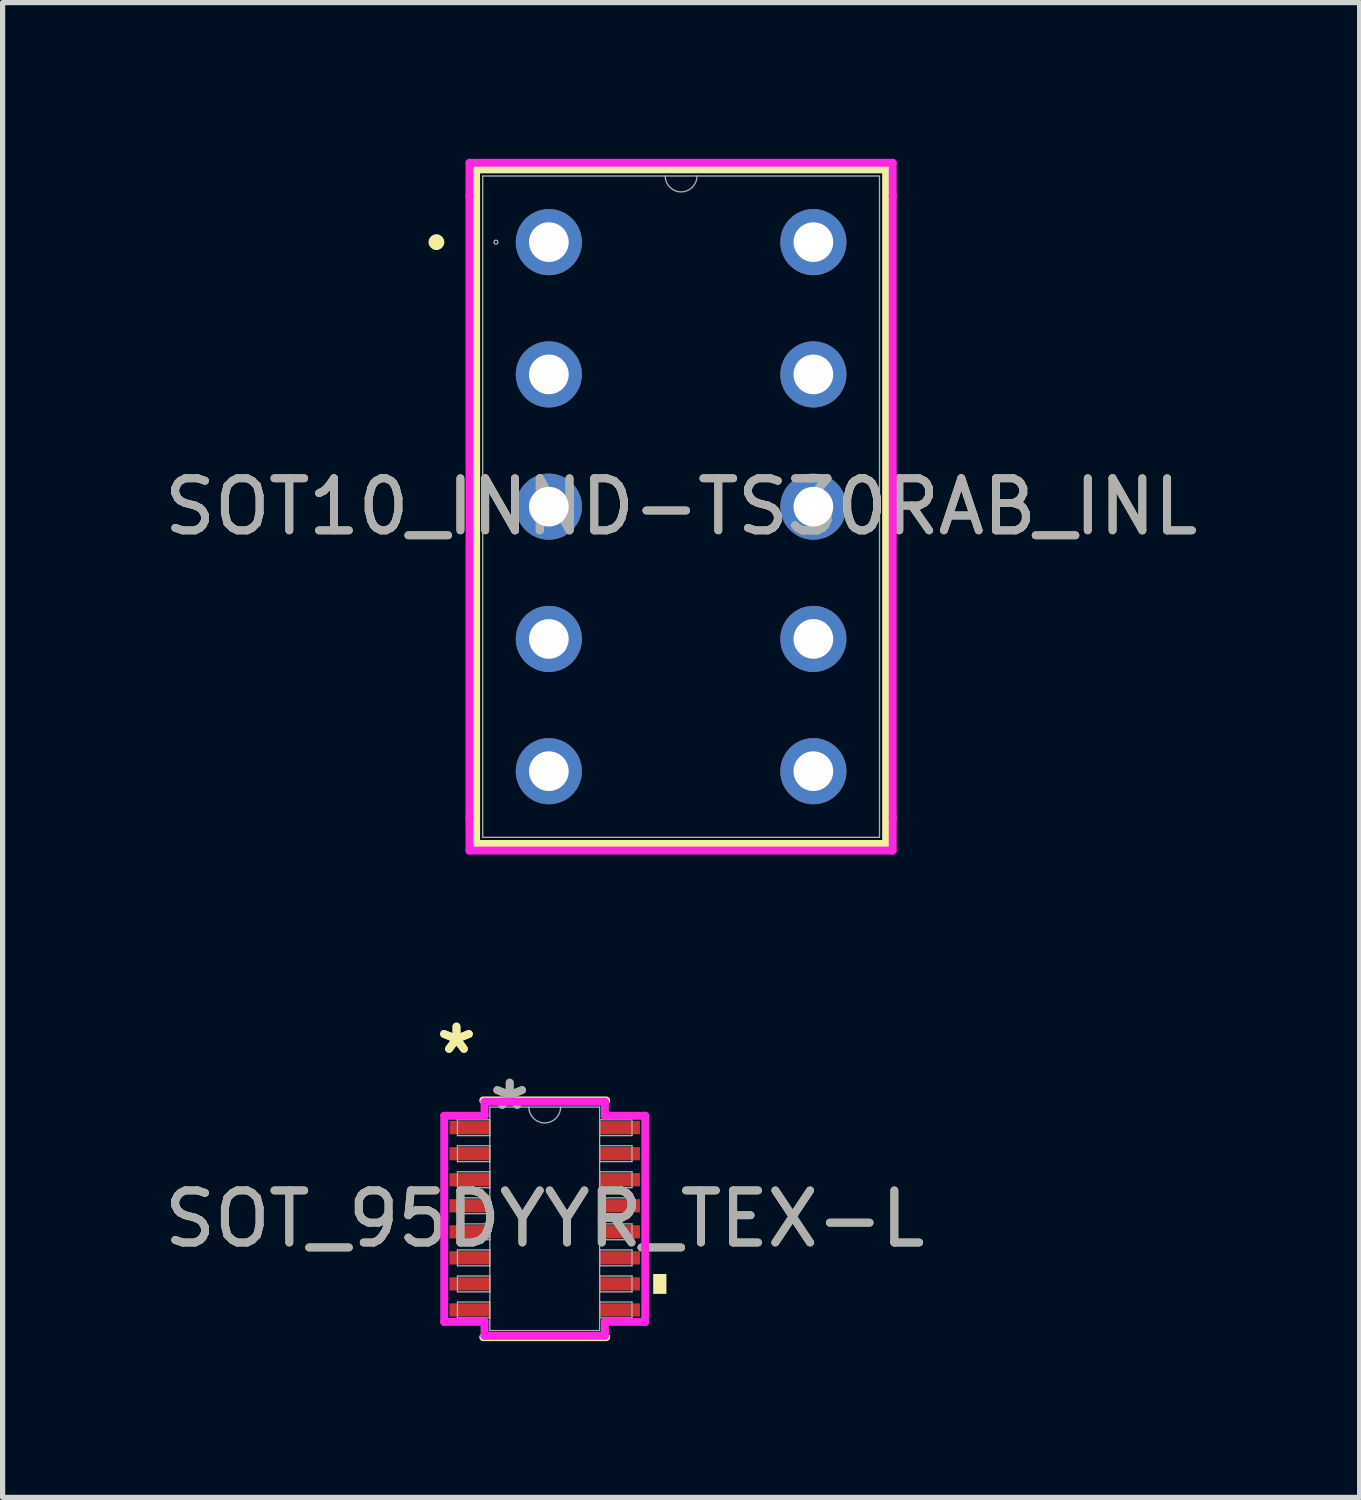
<source format=kicad_pcb>
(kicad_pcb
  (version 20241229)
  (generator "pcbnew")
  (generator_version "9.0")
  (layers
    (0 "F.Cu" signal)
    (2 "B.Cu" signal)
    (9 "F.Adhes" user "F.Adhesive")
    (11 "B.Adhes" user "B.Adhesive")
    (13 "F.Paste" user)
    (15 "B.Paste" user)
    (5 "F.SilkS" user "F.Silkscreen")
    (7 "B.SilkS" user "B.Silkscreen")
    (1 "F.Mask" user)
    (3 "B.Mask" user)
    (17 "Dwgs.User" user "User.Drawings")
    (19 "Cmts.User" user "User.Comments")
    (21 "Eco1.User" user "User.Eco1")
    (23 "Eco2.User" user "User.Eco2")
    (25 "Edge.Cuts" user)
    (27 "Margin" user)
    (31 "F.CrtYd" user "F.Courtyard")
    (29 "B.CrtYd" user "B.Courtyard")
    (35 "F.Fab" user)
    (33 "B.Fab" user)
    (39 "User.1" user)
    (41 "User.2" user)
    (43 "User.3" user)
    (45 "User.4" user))
  (footprint "SOT_95DYYR_TEX-L"
    (layer "F.Cu")
    (at 7.411 20.356)
    (property "Reference" "SOT_95DYYR_TEX-L" (at 0 0 0) (unlocked yes) (layer "F.SilkS") (effects (font (size 1 1) (thickness 0.15))))
    (attr smd)
    (fp_line (start -1.181 2.273) (end 1.181 2.273) (stroke (width 0.152) (type solid)) (layer "F.SilkS"))
    (fp_line (start 1.181 -2.273) (end -1.181 -2.273) (stroke (width 0.152) (type solid)) (layer "F.SilkS"))
    (fp_poly (pts (xy 2.337 1.06) (xy 2.337 1.441) (xy 2.083 1.441) (xy 2.083 1.06)) (stroke (width 0) (type solid)) (fill yes) (layer "F.SilkS"))
    (fp_line (start -1.93 -1.979) (end -1.156 -1.979) (stroke (width 0.152) (type solid)) (layer "F.CrtYd"))
    (fp_line (start -1.93 1.979) (end -1.93 -1.979) (stroke (width 0.152) (type solid)) (layer "F.CrtYd"))
    (fp_line (start -1.93 1.979) (end -1.156 1.979) (stroke (width 0.152) (type solid)) (layer "F.CrtYd"))
    (fp_line (start -1.156 -2.248) (end 1.156 -2.248) (stroke (width 0.152) (type solid)) (layer "F.CrtYd"))
    (fp_line (start -1.156 -1.979) (end -1.156 -2.248) (stroke (width 0.152) (type solid)) (layer "F.CrtYd"))
    (fp_line (start -1.156 2.248) (end -1.156 1.979) (stroke (width 0.152) (type solid)) (layer "F.CrtYd"))
    (fp_line (start 1.156 -2.248) (end 1.156 -1.979) (stroke (width 0.152) (type solid)) (layer "F.CrtYd"))
    (fp_line (start 1.156 1.979) (end 1.156 2.248) (stroke (width 0.152) (type solid)) (layer "F.CrtYd"))
    (fp_line (start 1.156 2.248) (end -1.156 2.248) (stroke (width 0.152) (type solid)) (layer "F.CrtYd"))
    (fp_line (start 1.93 -1.979) (end 1.156 -1.979) (stroke (width 0.152) (type solid)) (layer "F.CrtYd"))
    (fp_line (start 1.93 -1.979) (end 1.93 1.979) (stroke (width 0.152) (type solid)) (layer "F.CrtYd"))
    (fp_line (start 1.93 1.979) (end 1.156 1.979) (stroke (width 0.152) (type solid)) (layer "F.CrtYd"))
    (fp_line (start -1.676 -1.903) (end -1.676 -1.598) (stroke (width 0.025) (type solid)) (layer "F.Fab"))
    (fp_line (start -1.676 -1.598) (end -1.054 -1.598) (stroke (width 0.025) (type solid)) (layer "F.Fab"))
    (fp_line (start -1.676 -1.403) (end -1.676 -1.098) (stroke (width 0.025) (type solid)) (layer "F.Fab"))
    (fp_line (start -1.676 -1.098) (end -1.054 -1.098) (stroke (width 0.025) (type solid)) (layer "F.Fab"))
    (fp_line (start -1.676 -0.903) (end -1.676 -0.598) (stroke (width 0.025) (type solid)) (layer "F.Fab"))
    (fp_line (start -1.676 -0.598) (end -1.054 -0.598) (stroke (width 0.025) (type solid)) (layer "F.Fab"))
    (fp_line (start -1.676 -0.402) (end -1.676 -0.098) (stroke (width 0.025) (type solid)) (layer "F.Fab"))
    (fp_line (start -1.676 -0.098) (end -1.054 -0.098) (stroke (width 0.025) (type solid)) (layer "F.Fab"))
    (fp_line (start -1.676 0.098) (end -1.676 0.402) (stroke (width 0.025) (type solid)) (layer "F.Fab"))
    (fp_line (start -1.676 0.402) (end -1.054 0.402) (stroke (width 0.025) (type solid)) (layer "F.Fab"))
    (fp_line (start -1.676 0.598) (end -1.676 0.903) (stroke (width 0.025) (type solid)) (layer "F.Fab"))
    (fp_line (start -1.676 0.903) (end -1.054 0.903) (stroke (width 0.025) (type solid)) (layer "F.Fab"))
    (fp_line (start -1.676 1.098) (end -1.676 1.403) (stroke (width 0.025) (type solid)) (layer "F.Fab"))
    (fp_line (start -1.676 1.403) (end -1.054 1.403) (stroke (width 0.025) (type solid)) (layer "F.Fab"))
    (fp_line (start -1.676 1.598) (end -1.676 1.903) (stroke (width 0.025) (type solid)) (layer "F.Fab"))
    (fp_line (start -1.676 1.903) (end -1.054 1.903) (stroke (width 0.025) (type solid)) (layer "F.Fab"))
    (fp_line (start -1.054 -2.146) (end -1.054 2.146) (stroke (width 0.025) (type solid)) (layer "F.Fab"))
    (fp_line (start -1.054 -1.903) (end -1.676 -1.903) (stroke (width 0.025) (type solid)) (layer "F.Fab"))
    (fp_line (start -1.054 -1.598) (end -1.054 -1.903) (stroke (width 0.025) (type solid)) (layer "F.Fab"))
    (fp_line (start -1.054 -1.403) (end -1.676 -1.403) (stroke (width 0.025) (type solid)) (layer "F.Fab"))
    (fp_line (start -1.054 -1.098) (end -1.054 -1.403) (stroke (width 0.025) (type solid)) (layer "F.Fab"))
    (fp_line (start -1.054 -0.903) (end -1.676 -0.903) (stroke (width 0.025) (type solid)) (layer "F.Fab"))
    (fp_line (start -1.054 -0.598) (end -1.054 -0.903) (stroke (width 0.025) (type solid)) (layer "F.Fab"))
    (fp_line (start -1.054 -0.402) (end -1.676 -0.402) (stroke (width 0.025) (type solid)) (layer "F.Fab"))
    (fp_line (start -1.054 -0.098) (end -1.054 -0.402) (stroke (width 0.025) (type solid)) (layer "F.Fab"))
    (fp_line (start -1.054 0.098) (end -1.676 0.098) (stroke (width 0.025) (type solid)) (layer "F.Fab"))
    (fp_line (start -1.054 0.402) (end -1.054 0.098) (stroke (width 0.025) (type solid)) (layer "F.Fab"))
    (fp_line (start -1.054 0.598) (end -1.676 0.598) (stroke (width 0.025) (type solid)) (layer "F.Fab"))
    (fp_line (start -1.054 0.903) (end -1.054 0.598) (stroke (width 0.025) (type solid)) (layer "F.Fab"))
    (fp_line (start -1.054 1.098) (end -1.676 1.098) (stroke (width 0.025) (type solid)) (layer "F.Fab"))
    (fp_line (start -1.054 1.403) (end -1.054 1.098) (stroke (width 0.025) (type solid)) (layer "F.Fab"))
    (fp_line (start -1.054 1.598) (end -1.676 1.598) (stroke (width 0.025) (type solid)) (layer "F.Fab"))
    (fp_line (start -1.054 1.903) (end -1.054 1.598) (stroke (width 0.025) (type solid)) (layer "F.Fab"))
    (fp_line (start -1.054 2.146) (end 1.054 2.146) (stroke (width 0.025) (type solid)) (layer "F.Fab"))
    (fp_line (start 1.054 -2.146) (end -1.054 -2.146) (stroke (width 0.025) (type solid)) (layer "F.Fab"))
    (fp_line (start 1.054 -1.903) (end 1.054 -1.598) (stroke (width 0.025) (type solid)) (layer "F.Fab"))
    (fp_line (start 1.054 -1.598) (end 1.676 -1.598) (stroke (width 0.025) (type solid)) (layer "F.Fab"))
    (fp_line (start 1.054 -1.403) (end 1.054 -1.098) (stroke (width 0.025) (type solid)) (layer "F.Fab"))
    (fp_line (start 1.054 -1.098) (end 1.676 -1.098) (stroke (width 0.025) (type solid)) (layer "F.Fab"))
    (fp_line (start 1.054 -0.903) (end 1.054 -0.598) (stroke (width 0.025) (type solid)) (layer "F.Fab"))
    (fp_line (start 1.054 -0.598) (end 1.676 -0.598) (stroke (width 0.025) (type solid)) (layer "F.Fab"))
    (fp_line (start 1.054 -0.402) (end 1.054 -0.098) (stroke (width 0.025) (type solid)) (layer "F.Fab"))
    (fp_line (start 1.054 -0.098) (end 1.676 -0.098) (stroke (width 0.025) (type solid)) (layer "F.Fab"))
    (fp_line (start 1.054 0.098) (end 1.054 0.402) (stroke (width 0.025) (type solid)) (layer "F.Fab"))
    (fp_line (start 1.054 0.402) (end 1.676 0.402) (stroke (width 0.025) (type solid)) (layer "F.Fab"))
    (fp_line (start 1.054 0.598) (end 1.054 0.903) (stroke (width 0.025) (type solid)) (layer "F.Fab"))
    (fp_line (start 1.054 0.903) (end 1.676 0.903) (stroke (width 0.025) (type solid)) (layer "F.Fab"))
    (fp_line (start 1.054 1.098) (end 1.054 1.403) (stroke (width 0.025) (type solid)) (layer "F.Fab"))
    (fp_line (start 1.054 1.403) (end 1.676 1.403) (stroke (width 0.025) (type solid)) (layer "F.Fab"))
    (fp_line (start 1.054 1.598) (end 1.054 1.903) (stroke (width 0.025) (type solid)) (layer "F.Fab"))
    (fp_line (start 1.054 1.903) (end 1.676 1.903) (stroke (width 0.025) (type solid)) (layer "F.Fab"))
    (fp_line (start 1.054 2.146) (end 1.054 -2.146) (stroke (width 0.025) (type solid)) (layer "F.Fab"))
    (fp_line (start 1.676 -1.903) (end 1.054 -1.903) (stroke (width 0.025) (type solid)) (layer "F.Fab"))
    (fp_line (start 1.676 -1.598) (end 1.676 -1.903) (stroke (width 0.025) (type solid)) (layer "F.Fab"))
    (fp_line (start 1.676 -1.403) (end 1.054 -1.403) (stroke (width 0.025) (type solid)) (layer "F.Fab"))
    (fp_line (start 1.676 -1.098) (end 1.676 -1.403) (stroke (width 0.025) (type solid)) (layer "F.Fab"))
    (fp_line (start 1.676 -0.903) (end 1.054 -0.903) (stroke (width 0.025) (type solid)) (layer "F.Fab"))
    (fp_line (start 1.676 -0.598) (end 1.676 -0.903) (stroke (width 0.025) (type solid)) (layer "F.Fab"))
    (fp_line (start 1.676 -0.402) (end 1.054 -0.402) (stroke (width 0.025) (type solid)) (layer "F.Fab"))
    (fp_line (start 1.676 -0.098) (end 1.676 -0.402) (stroke (width 0.025) (type solid)) (layer "F.Fab"))
    (fp_line (start 1.676 0.098) (end 1.054 0.098) (stroke (width 0.025) (type solid)) (layer "F.Fab"))
    (fp_line (start 1.676 0.402) (end 1.676 0.098) (stroke (width 0.025) (type solid)) (layer "F.Fab"))
    (fp_line (start 1.676 0.598) (end 1.054 0.598) (stroke (width 0.025) (type solid)) (layer "F.Fab"))
    (fp_line (start 1.676 0.903) (end 1.676 0.598) (stroke (width 0.025) (type solid)) (layer "F.Fab"))
    (fp_line (start 1.676 1.098) (end 1.054 1.098) (stroke (width 0.025) (type solid)) (layer "F.Fab"))
    (fp_line (start 1.676 1.403) (end 1.676 1.098) (stroke (width 0.025) (type solid)) (layer "F.Fab"))
    (fp_line (start 1.676 1.598) (end 1.054 1.598) (stroke (width 0.025) (type solid)) (layer "F.Fab"))
    (fp_line (start 1.676 1.903) (end 1.676 1.598) (stroke (width 0.025) (type solid)) (layer "F.Fab"))
    (fp_arc (start 0.3048 -2.1463) (mid 0 -1.8415) (end -0.3048 -2.1463) (stroke (width 0.0254) (type solid)) (layer "F.Fab"))
    (fp_text user "*" (at -1.695 -3.147 0) (unlocked yes) (layer "F.SilkS") (effects (font (size 1 1) (thickness 0.15))))
    (fp_text user "*" (at -1.695 -3.147 0) (layer "F.SilkS") (effects (font (size 1 1) (thickness 0.15))))
    (fp_text user "*" (at -0.673 -2.07 0) (unlocked yes) (layer "F.Fab") (effects (font (size 1 1) (thickness 0.15))))
    (fp_text user "${REFERENCE}" (at 0 0 0) (unlocked yes) (layer "F.Fab") (effects (font (size 1 1) (thickness 0.15))))
    (fp_text user "*" (at -0.673 -2.07 0) (layer "F.Fab") (effects (font (size 1 1) (thickness 0.15))))
    (pad "1" smd rect (at -1.441 -1.75) (size 0.775 0.254) (layers "F.Cu" "F.Mask" "F.Paste"))
    (pad "2" smd rect (at -1.441 -1.25) (size 0.775 0.254) (layers "F.Cu" "F.Mask" "F.Paste"))
    (pad "3" smd rect (at -1.441 -0.75) (size 0.775 0.254) (layers "F.Cu" "F.Mask" "F.Paste"))
    (pad "4" smd rect (at -1.441 -0.25) (size 0.775 0.254) (layers "F.Cu" "F.Mask" "F.Paste"))
    (pad "5" smd rect (at -1.441 0.25) (size 0.775 0.254) (layers "F.Cu" "F.Mask" "F.Paste"))
    (pad "6" smd rect (at -1.441 0.75) (size 0.775 0.254) (layers "F.Cu" "F.Mask" "F.Paste"))
    (pad "7" smd rect (at -1.441 1.25) (size 0.775 0.254) (layers "F.Cu" "F.Mask" "F.Paste"))
    (pad "8" smd rect (at -1.441 1.75) (size 0.775 0.254) (layers "F.Cu" "F.Mask" "F.Paste"))
    (pad "9" smd rect (at 1.441 1.75) (size 0.775 0.254) (layers "F.Cu" "F.Mask" "F.Paste"))
    (pad "10" smd rect (at 1.441 1.25) (size 0.775 0.254) (layers "F.Cu" "F.Mask" "F.Paste"))
    (pad "11" smd rect (at 1.441 0.75) (size 0.775 0.254) (layers "F.Cu" "F.Mask" "F.Paste"))
    (pad "12" smd rect (at 1.441 0.25) (size 0.775 0.254) (layers "F.Cu" "F.Mask" "F.Paste"))
    (pad "13" smd rect (at 1.441 -0.25) (size 0.775 0.254) (layers "F.Cu" "F.Mask" "F.Paste"))
    (pad "14" smd rect (at 1.441 -0.75) (size 0.775 0.254) (layers "F.Cu" "F.Mask" "F.Paste"))
    (pad "15" smd rect (at 1.441 -1.25) (size 0.775 0.254) (layers "F.Cu" "F.Mask" "F.Paste"))
    (pad "16" smd rect (at 1.441 -1.75) (size 0.775 0.254) (layers "F.Cu" "F.Mask" "F.Paste")))
  (footprint "SOT10_INND-TS30RAB_INL"
    (layer "F.Cu")
    (at 10.03 6.68)
    (property "Reference" "SOT10_INND-TS30RAB_INL" (at 0 0 0) (unlocked yes) (layer "F.SilkS") (effects (font (size 1 1) (thickness 0.15))))
    (attr through_hole)
    (fp_line (start -3.937 -6.477) (end -3.937 6.477) (stroke (width 0.152) (type solid)) (layer "F.SilkS"))
    (fp_line (start -3.937 6.477) (end 3.937 6.477) (stroke (width 0.152) (type solid)) (layer "F.SilkS"))
    (fp_line (start 3.937 -6.477) (end -3.937 -6.477) (stroke (width 0.152) (type solid)) (layer "F.SilkS"))
    (fp_line (start 3.937 6.477) (end 3.937 -6.477) (stroke (width 0.152) (type solid)) (layer "F.SilkS"))
    (fp_circle (center -4.699 -5.08) (end -4.623 -5.08) (stroke (width 0.152) (type solid)) (fill no) (layer "F.SilkS"))
    (fp_line (start -4.064 -6.604) (end 4.064 -6.604) (stroke (width 0.152) (type solid)) (layer "F.CrtYd"))
    (fp_line (start -4.064 -5.969) (end -4.064 -6.604) (stroke (width 0.152) (type solid)) (layer "F.CrtYd"))
    (fp_line (start -4.064 -5.969) (end -4.064 -5.969) (stroke (width 0.152) (type solid)) (layer "F.CrtYd"))
    (fp_line (start -4.064 5.969) (end -4.064 -5.969) (stroke (width 0.152) (type solid)) (layer "F.CrtYd"))
    (fp_line (start -4.064 5.969) (end -4.064 5.969) (stroke (width 0.152) (type solid)) (layer "F.CrtYd"))
    (fp_line (start -4.064 6.604) (end -4.064 5.969) (stroke (width 0.152) (type solid)) (layer "F.CrtYd"))
    (fp_line (start 4.064 -6.604) (end 4.064 -5.969) (stroke (width 0.152) (type solid)) (layer "F.CrtYd"))
    (fp_line (start 4.064 -5.969) (end 4.064 -5.969) (stroke (width 0.152) (type solid)) (layer "F.CrtYd"))
    (fp_line (start 4.064 -5.969) (end 4.064 5.969) (stroke (width 0.152) (type solid)) (layer "F.CrtYd"))
    (fp_line (start 4.064 5.969) (end 4.064 5.969) (stroke (width 0.152) (type solid)) (layer "F.CrtYd"))
    (fp_line (start 4.064 5.969) (end 4.064 6.604) (stroke (width 0.152) (type solid)) (layer "F.CrtYd"))
    (fp_line (start 4.064 6.604) (end -4.064 6.604) (stroke (width 0.152) (type solid)) (layer "F.CrtYd"))
    (fp_line (start -3.81 -6.35) (end -3.81 6.35) (stroke (width 0.025) (type solid)) (layer "F.Fab"))
    (fp_line (start -3.81 6.35) (end 3.81 6.35) (stroke (width 0.025) (type solid)) (layer "F.Fab"))
    (fp_line (start 3.81 -6.35) (end -3.81 -6.35) (stroke (width 0.025) (type solid)) (layer "F.Fab"))
    (fp_line (start 3.81 6.35) (end 3.81 -6.35) (stroke (width 0.025) (type solid)) (layer "F.Fab"))
    (fp_arc (start 0.3048 -6.35) (mid 0 -6.0452) (end -0.3048 -6.35) (stroke (width 0.0254) (type solid)) (layer "F.Fab"))
    (fp_circle (center -3.556 -5.08) (end -3.518 -5.08) (stroke (width 0.025) (type solid)) (fill no) (layer "F.Fab"))
    (fp_text user "${REFERENCE}" (at 0 0 0) (unlocked yes) (layer "F.Fab") (effects (font (size 1 1) (thickness 0.15))))
    (pad "1" thru_hole circle (at -2.54 -5.08) (size 1.27 1.27) (drill 0.762) (layers "*.Cu" "*.Mask"))
    (pad "2" thru_hole circle (at -2.54 -2.54) (size 1.27 1.27) (drill 0.762) (layers "*.Cu" "*.Mask"))
    (pad "3" thru_hole circle (at -2.54 0) (size 1.27 1.27) (drill 0.762) (layers "*.Cu" "*.Mask"))
    (pad "4" thru_hole circle (at -2.54 2.54) (size 1.27 1.27) (drill 0.762) (layers "*.Cu" "*.Mask"))
    (pad "5" thru_hole circle (at -2.54 5.08) (size 1.27 1.27) (drill 0.762) (layers "*.Cu" "*.Mask"))
    (pad "6" thru_hole circle (at 2.54 5.08) (size 1.27 1.27) (drill 0.762) (layers "*.Cu" "*.Mask"))
    (pad "7" thru_hole circle (at 2.54 2.54) (size 1.27 1.27) (drill 0.762) (layers "*.Cu" "*.Mask"))
    (pad "8" thru_hole circle (at 2.54 0) (size 1.27 1.27) (drill 0.762) (layers "*.Cu" "*.Mask"))
    (pad "9" thru_hole circle (at 2.54 -2.54) (size 1.27 1.27) (drill 0.762) (layers "*.Cu" "*.Mask"))
    (pad "10" thru_hole circle (at 2.54 -5.08) (size 1.27 1.27) (drill 0.762) (layers "*.Cu" "*.Mask")))
  (gr_rect
    (start -3 -3)
    (end 23.06 25.706)
    (stroke (width 0.1) (type default))
    (fill no)
    (layer "Edge.Cuts")))
</source>
